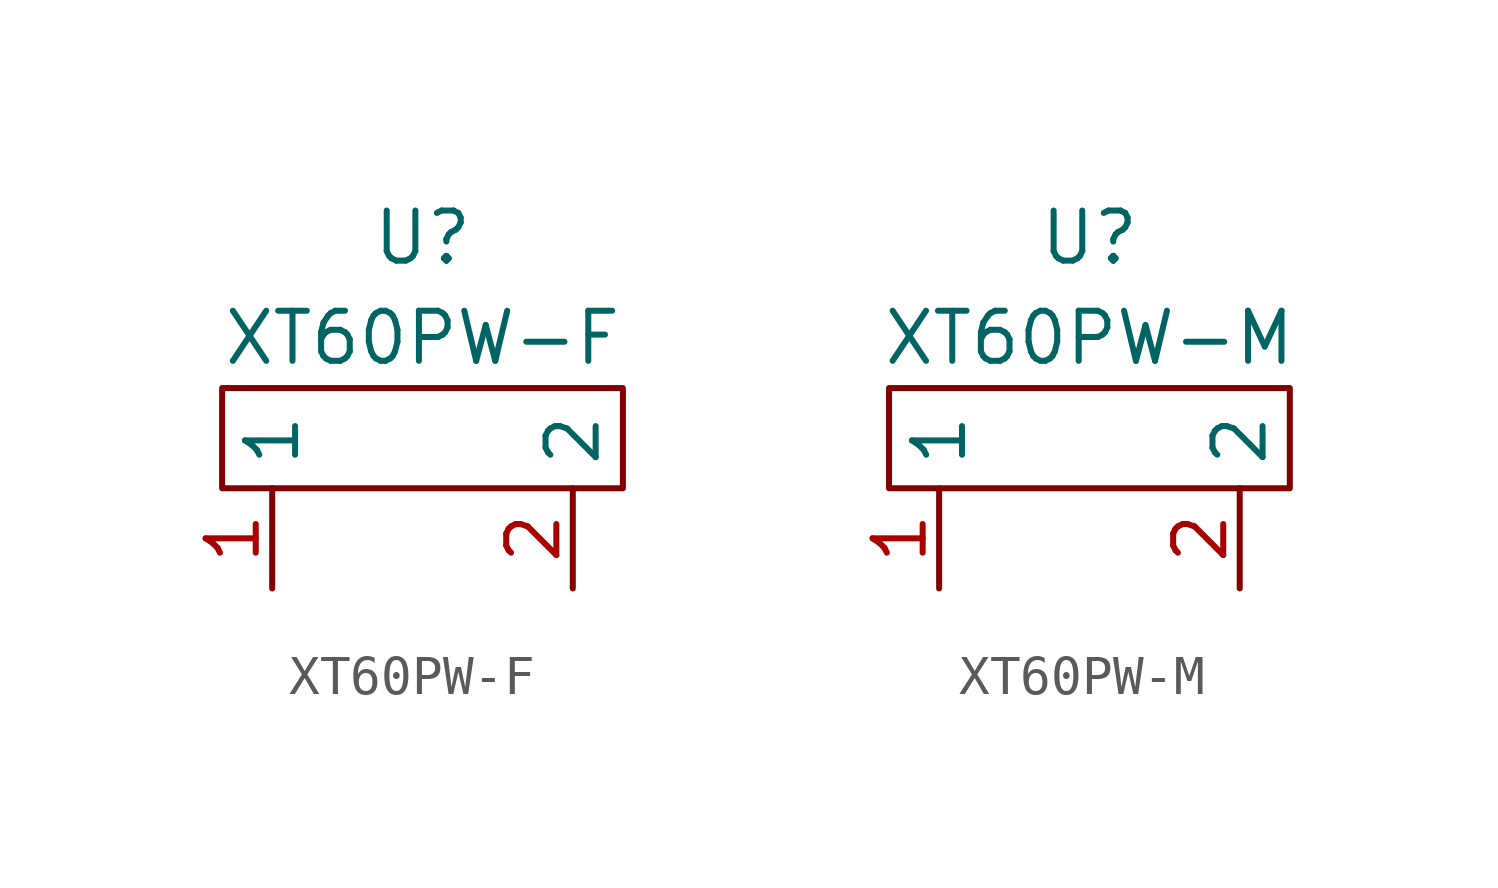
<source format=kicad_sym>
(kicad_symbol_lib
  (version 20211014)
  (generator kicad_symbol_editor)
  (symbol "XT60PW-F"
    (property "Reference" "U"
      (at 0 6.35 0)
      (effects (font (size 1.27 1.27))))
    (property "Value" "XT60PW-F"
      (at 0 3.81 0)
      (effects (font (size 1.27 1.27))))
    (symbol "XT60PW-F_0_1"
      (rectangle (start 5.08 0) (end -5.08 2.54) (stroke (width 0) (type default) (color 0 0 0 0)) (fill (type none))))
    (symbol "XT60PW-F_1_1"
      (pin power_in line (at -3.81 -2.54 90) (length 2.54) (name "1" (effects (font (size 1.27 1.27)))) (number "1" (effects (font (size 1.27 1.27)))))
      (pin power_in line (at 3.81 -2.54 90) (length 2.54) (name "2" (effects (font (size 1.27 1.27)))) (number "2" (effects (font (size 1.27 1.27)))))))
  (symbol "XT60PW-M"
    (property "Reference" "U"
      (at 0 6.35 0)
      (effects (font (size 1.27 1.27))))
    (property "Value" "XT60PW-M"
      (at 0 3.81 0)
      (effects (font (size 1.27 1.27))))
    (symbol "XT60PW-M_0_1"
      (rectangle (start 5.08 0) (end -5.08 2.54) (stroke (width 0) (type default) (color 0 0 0 0)) (fill (type none))))
    (symbol "XT60PW-M_1_1"
      (pin power_in line (at -3.81 -2.54 90) (length 2.54) (name "1" (effects (font (size 1.27 1.27)))) (number "1" (effects (font (size 1.27 1.27)))))
      (pin power_in line (at 3.81 -2.54 90) (length 2.54) (name "2" (effects (font (size 1.27 1.27)))) (number "2" (effects (font (size 1.27 1.27))))))))
</source>
